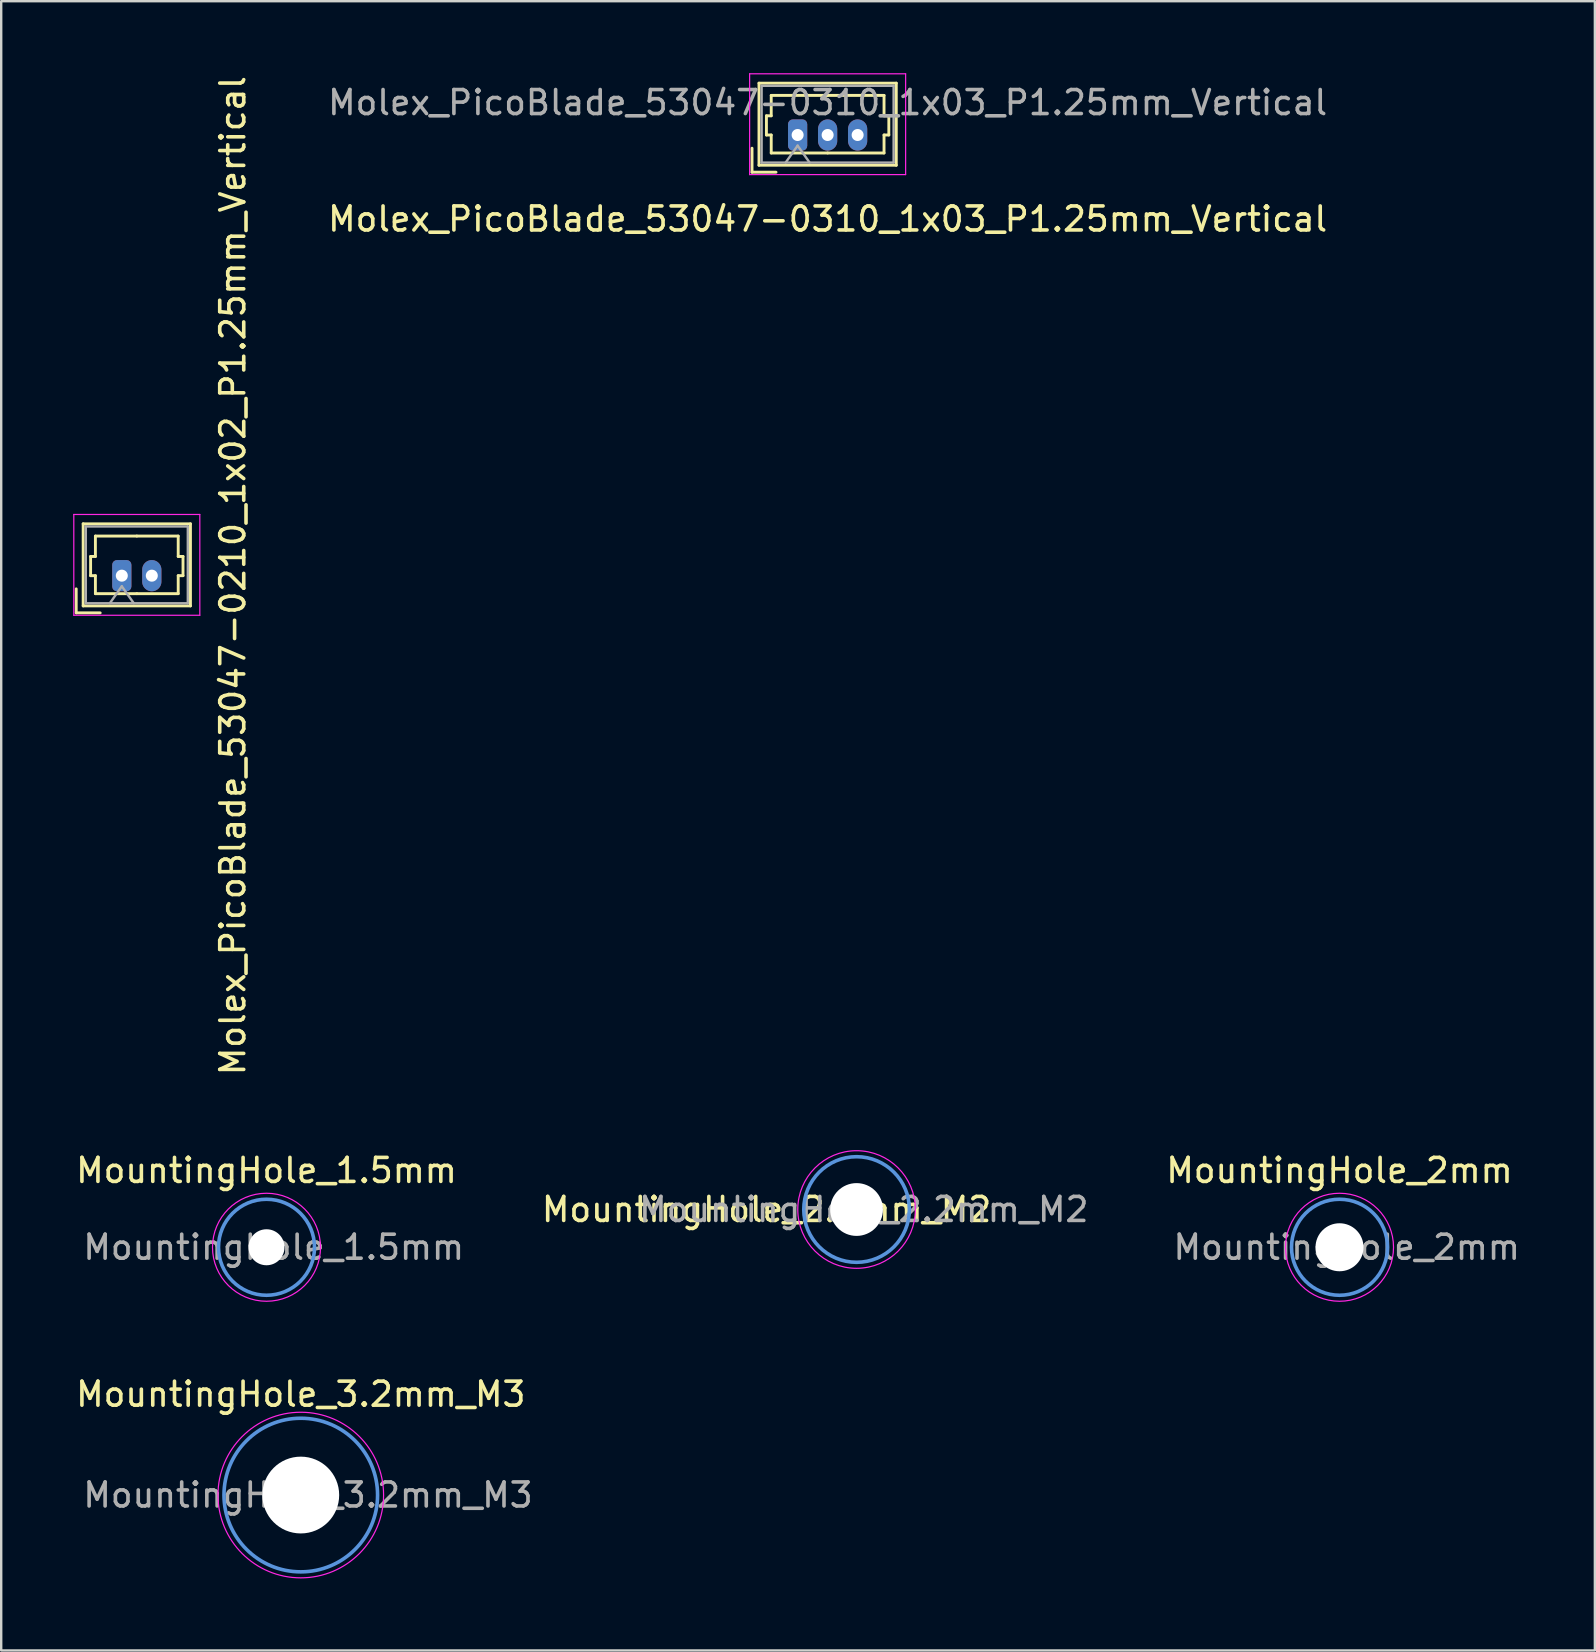
<source format=kicad_pcb>
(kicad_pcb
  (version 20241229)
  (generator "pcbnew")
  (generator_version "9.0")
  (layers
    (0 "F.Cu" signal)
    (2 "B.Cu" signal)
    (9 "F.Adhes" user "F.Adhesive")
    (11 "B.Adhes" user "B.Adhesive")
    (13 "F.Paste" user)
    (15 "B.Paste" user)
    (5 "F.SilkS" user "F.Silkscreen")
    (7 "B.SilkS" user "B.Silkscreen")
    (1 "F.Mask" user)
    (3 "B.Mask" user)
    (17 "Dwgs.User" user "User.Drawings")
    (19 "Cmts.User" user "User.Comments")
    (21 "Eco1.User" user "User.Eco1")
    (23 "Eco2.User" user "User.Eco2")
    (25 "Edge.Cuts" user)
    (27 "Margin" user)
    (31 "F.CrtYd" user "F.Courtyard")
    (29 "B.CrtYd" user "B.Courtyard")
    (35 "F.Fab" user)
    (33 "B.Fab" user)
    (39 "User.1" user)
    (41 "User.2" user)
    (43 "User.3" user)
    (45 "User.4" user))
  (footprint "Molex_PicoBlade_53047-0210_1x02_P1.25mm_Vertical"
    (layer "F.Cu")
    (at 2.65 20.935)
    (property "Reference" "Molex_PicoBlade_53047-0210_1x02_P1.25mm_Vertical" (at 4 0 270) (layer "F.SilkS") (effects (font (size 1 1) (thickness 0.15))))
    (attr through_hole)
    (fp_line (start -2.525 1.55) (end -2.525 0.55) (stroke (width 0.12) (type solid)) (layer "F.SilkS"))
    (fp_line (start -2.525 1.55) (end -1.525 1.55) (stroke (width 0.12) (type solid)) (layer "F.SilkS"))
    (fp_line (start -2.235 -2.16) (end -2.235 1.26) (stroke (width 0.12) (type solid)) (layer "F.SilkS"))
    (fp_line (start -2.235 1.26) (end 2.235 1.26) (stroke (width 0.12) (type solid)) (layer "F.SilkS"))
    (fp_line (start -1.925 -0.8) (end -1.725 -0.8) (stroke (width 0.12) (type solid)) (layer "F.SilkS"))
    (fp_line (start -1.925 0) (end -1.925 -0.8) (stroke (width 0.12) (type solid)) (layer "F.SilkS"))
    (fp_line (start -1.725 -1.65) (end 0 -1.65) (stroke (width 0.12) (type solid)) (layer "F.SilkS"))
    (fp_line (start -1.725 -0.8) (end -1.725 -1.65) (stroke (width 0.12) (type solid)) (layer "F.SilkS"))
    (fp_line (start -1.725 0) (end -1.925 0) (stroke (width 0.12) (type solid)) (layer "F.SilkS"))
    (fp_line (start -1.725 0.75) (end -1.725 0) (stroke (width 0.12) (type solid)) (layer "F.SilkS"))
    (fp_line (start 0 0.75) (end -1.725 0.75) (stroke (width 0.12) (type solid)) (layer "F.SilkS"))
    (fp_line (start 0 0.75) (end 1.725 0.75) (stroke (width 0.12) (type solid)) (layer "F.SilkS"))
    (fp_line (start 1.725 -1.65) (end 0 -1.65) (stroke (width 0.12) (type solid)) (layer "F.SilkS"))
    (fp_line (start 1.725 -0.8) (end 1.725 -1.65) (stroke (width 0.12) (type solid)) (layer "F.SilkS"))
    (fp_line (start 1.725 0) (end 1.925 0) (stroke (width 0.12) (type solid)) (layer "F.SilkS"))
    (fp_line (start 1.725 0.75) (end 1.725 0) (stroke (width 0.12) (type solid)) (layer "F.SilkS"))
    (fp_line (start 1.925 -0.8) (end 1.725 -0.8) (stroke (width 0.12) (type solid)) (layer "F.SilkS"))
    (fp_line (start 1.925 0) (end 1.925 -0.8) (stroke (width 0.12) (type solid)) (layer "F.SilkS"))
    (fp_line (start 2.235 -2.16) (end -2.235 -2.16) (stroke (width 0.12) (type solid)) (layer "F.SilkS"))
    (fp_line (start 2.235 1.26) (end 2.235 -2.16) (stroke (width 0.12) (type solid)) (layer "F.SilkS"))
    (fp_line (start -2.625 -2.55) (end -2.625 1.65) (stroke (width 0.05) (type solid)) (layer "F.CrtYd"))
    (fp_line (start -2.625 1.65) (end 2.625 1.65) (stroke (width 0.05) (type solid)) (layer "F.CrtYd"))
    (fp_line (start 2.625 -2.55) (end -2.625 -2.55) (stroke (width 0.05) (type solid)) (layer "F.CrtYd"))
    (fp_line (start 2.625 1.65) (end 2.625 -2.55) (stroke (width 0.05) (type solid)) (layer "F.CrtYd"))
    (fp_line (start -2.125 -2.05) (end -2.125 1.15) (stroke (width 0.1) (type solid)) (layer "F.Fab"))
    (fp_line (start -2.125 1.15) (end 2.125 1.15) (stroke (width 0.1) (type solid)) (layer "F.Fab"))
    (fp_line (start -1.125 1.15) (end -0.625 0.443) (stroke (width 0.1) (type solid)) (layer "F.Fab"))
    (fp_line (start -0.625 0.443) (end -0.125 1.15) (stroke (width 0.1) (type solid)) (layer "F.Fab"))
    (fp_line (start 2.125 -2.05) (end -2.125 -2.05) (stroke (width 0.1) (type solid)) (layer "F.Fab"))
    (fp_line (start 2.125 1.15) (end 2.125 -2.05) (stroke (width 0.1) (type solid)) (layer "F.Fab"))
    (pad "1" thru_hole roundrect (at -0.625 0) (size 0.8 1.3) (drill 0.5) (layers "*.Cu" "*.Mask") (roundrect_rratio 0.25))
    (pad "2" thru_hole oval (at 0.625 0) (size 0.8 1.3) (drill 0.5) (layers "*.Cu" "*.Mask")))
  (footprint "MountingHole_1.5mm"
    (layer "F.Cu")
    (at 8.054 48.917)
    (property "Reference" "MountingHole_1.5mm" (at 0 -3.2 0) (layer "F.SilkS") (effects (font (size 1 1) (thickness 0.15))))
    (attr exclude_from_pos_files exclude_from_bom)
    (fp_circle (center 0 0) (end 2 0) (stroke (width 0.15) (type solid)) (fill no) (layer "Cmts.User"))
    (fp_circle (center 0 0) (end 2.25 0) (stroke (width 0.05) (type solid)) (fill no) (layer "F.CrtYd"))
    (fp_text user "${REFERENCE}" (at 0.3 0 0) (layer "F.Fab") (effects (font (size 1 1) (thickness 0.15))))
    (pad "" np_thru_hole circle (at 0 0) (size 1.5 1.5) (drill 1.5) (layers "*.Cu" "*.Mask")))
  (footprint "MountingHole_2.2mm_M2"
    (layer "F.Cu")
    (at 32.639 47.344)
    (property "Reference" "MountingHole_2.2mm_M2" (at -3.75 0 0) (layer "F.SilkS") (effects (font (size 1 1) (thickness 0.15))))
    (attr exclude_from_pos_files exclude_from_bom)
    (fp_circle (center 0 0) (end 2.2 0) (stroke (width 0.15) (type solid)) (fill no) (layer "Cmts.User"))
    (fp_circle (center 0 0) (end 2.45 0) (stroke (width 0.05) (type solid)) (fill no) (layer "F.CrtYd"))
    (fp_text user "${REFERENCE}" (at 0.3 0 0) (layer "F.Fab") (effects (font (size 1 1) (thickness 0.15))))
    (pad "" np_thru_hole circle (at 0 0) (size 2.2 2.2) (drill 2.2) (layers "*.Cu" "*.Mask")))
  (footprint "MountingHole_3.2mm_M3"
    (layer "F.Cu")
    (at 9.482 59.241)
    (property "Reference" "MountingHole_3.2mm_M3" (at 0 -4.2 0) (layer "F.SilkS") (effects (font (size 1 1) (thickness 0.15))))
    (attr exclude_from_pos_files exclude_from_bom)
    (fp_circle (center 0 0) (end 3.2 0) (stroke (width 0.15) (type solid)) (fill no) (layer "Cmts.User"))
    (fp_circle (center 0 0) (end 3.45 0) (stroke (width 0.05) (type solid)) (fill no) (layer "F.CrtYd"))
    (fp_text user "${REFERENCE}" (at 0.3 0 0) (layer "F.Fab") (effects (font (size 1 1) (thickness 0.15))))
    (pad "" np_thru_hole circle (at 0 0) (size 3.2 3.2) (drill 3.2) (layers "*.Cu" "*.Mask")))
  (footprint "MountingHole_2mm"
    (layer "F.Cu")
    (at 52.761 48.917)
    (property "Reference" "MountingHole_2mm" (at 0 -3.2 0) (layer "F.SilkS") (effects (font (size 1 1) (thickness 0.15))))
    (attr exclude_from_pos_files exclude_from_bom)
    (fp_circle (center 0 0) (end 2 0) (stroke (width 0.15) (type solid)) (fill no) (layer "Cmts.User"))
    (fp_circle (center 0 0) (end 2.25 0) (stroke (width 0.05) (type solid)) (fill no) (layer "F.CrtYd"))
    (fp_text user "${REFERENCE}" (at 0.3 0 0) (layer "F.Fab") (effects (font (size 1 1) (thickness 0.15))))
    (pad "" np_thru_hole circle (at 0 0) (size 2 2) (drill 2) (layers "*.Cu" "*.Mask")))
  (footprint "Molex_PicoBlade_53047-0310_1x03_P1.25mm_Vertical"
    (layer "F.Cu")
    (at 31.433 2.575)
    (property "Reference" "Molex_PicoBlade_53047-0310_1x03_P1.25mm_Vertical" (at 0 3.5 0) (layer "F.SilkS") (effects (font (size 1 1) (thickness 0.15))))
    (attr through_hole)
    (fp_line (start -3.15 1.55) (end -3.15 0.55) (stroke (width 0.12) (type solid)) (layer "F.SilkS"))
    (fp_line (start -3.15 1.55) (end -2.15 1.55) (stroke (width 0.12) (type solid)) (layer "F.SilkS"))
    (fp_line (start -2.86 -2.16) (end -2.86 1.26) (stroke (width 0.12) (type solid)) (layer "F.SilkS"))
    (fp_line (start -2.86 1.26) (end 2.86 1.26) (stroke (width 0.12) (type solid)) (layer "F.SilkS"))
    (fp_line (start -2.55 -0.8) (end -2.35 -0.8) (stroke (width 0.12) (type solid)) (layer "F.SilkS"))
    (fp_line (start -2.55 0) (end -2.55 -0.8) (stroke (width 0.12) (type solid)) (layer "F.SilkS"))
    (fp_line (start -2.35 -1.65) (end 0 -1.65) (stroke (width 0.12) (type solid)) (layer "F.SilkS"))
    (fp_line (start -2.35 -0.8) (end -2.35 -1.65) (stroke (width 0.12) (type solid)) (layer "F.SilkS"))
    (fp_line (start -2.35 0) (end -2.55 0) (stroke (width 0.12) (type solid)) (layer "F.SilkS"))
    (fp_line (start -2.35 0.75) (end -2.35 0) (stroke (width 0.12) (type solid)) (layer "F.SilkS"))
    (fp_line (start 0 0.75) (end -2.35 0.75) (stroke (width 0.12) (type solid)) (layer "F.SilkS"))
    (fp_line (start 0 0.75) (end 2.35 0.75) (stroke (width 0.12) (type solid)) (layer "F.SilkS"))
    (fp_line (start 2.35 -1.65) (end 0 -1.65) (stroke (width 0.12) (type solid)) (layer "F.SilkS"))
    (fp_line (start 2.35 -0.8) (end 2.35 -1.65) (stroke (width 0.12) (type solid)) (layer "F.SilkS"))
    (fp_line (start 2.35 0) (end 2.55 0) (stroke (width 0.12) (type solid)) (layer "F.SilkS"))
    (fp_line (start 2.35 0.75) (end 2.35 0) (stroke (width 0.12) (type solid)) (layer "F.SilkS"))
    (fp_line (start 2.55 -0.8) (end 2.35 -0.8) (stroke (width 0.12) (type solid)) (layer "F.SilkS"))
    (fp_line (start 2.55 0) (end 2.55 -0.8) (stroke (width 0.12) (type solid)) (layer "F.SilkS"))
    (fp_line (start 2.86 -2.16) (end -2.86 -2.16) (stroke (width 0.12) (type solid)) (layer "F.SilkS"))
    (fp_line (start 2.86 1.26) (end 2.86 -2.16) (stroke (width 0.12) (type solid)) (layer "F.SilkS"))
    (fp_line (start -3.25 -2.55) (end -3.25 1.65) (stroke (width 0.05) (type solid)) (layer "F.CrtYd"))
    (fp_line (start -3.25 1.65) (end 3.25 1.65) (stroke (width 0.05) (type solid)) (layer "F.CrtYd"))
    (fp_line (start 3.25 -2.55) (end -3.25 -2.55) (stroke (width 0.05) (type solid)) (layer "F.CrtYd"))
    (fp_line (start 3.25 1.65) (end 3.25 -2.55) (stroke (width 0.05) (type solid)) (layer "F.CrtYd"))
    (fp_line (start -2.75 -2.05) (end -2.75 1.15) (stroke (width 0.1) (type solid)) (layer "F.Fab"))
    (fp_line (start -2.75 1.15) (end 2.75 1.15) (stroke (width 0.1) (type solid)) (layer "F.Fab"))
    (fp_line (start -1.75 1.15) (end -1.25 0.443) (stroke (width 0.1) (type solid)) (layer "F.Fab"))
    (fp_line (start -1.25 0.443) (end -0.75 1.15) (stroke (width 0.1) (type solid)) (layer "F.Fab"))
    (fp_line (start 2.75 -2.05) (end -2.75 -2.05) (stroke (width 0.1) (type solid)) (layer "F.Fab"))
    (fp_line (start 2.75 1.15) (end 2.75 -2.05) (stroke (width 0.1) (type solid)) (layer "F.Fab"))
    (fp_text user "Copyright 2016 Accelerated Designs. All rights reserved." (at -1.25 0 0) (layer "Cmts.User") (effects (font (size 0.127 0.127) (thickness 0.002))))
    (fp_text user "${REFERENCE}" (at 0 -1.35 0) (layer "F.Fab") (effects (font (size 1 1) (thickness 0.15))))
    (pad "1" thru_hole roundrect (at -1.25 0) (size 0.8 1.3) (drill 0.5) (layers "*.Cu" "*.Mask") (roundrect_rratio 0.25))
    (pad "2" thru_hole oval (at 0 0) (size 0.8 1.3) (drill 0.5) (layers "*.Cu" "*.Mask"))
    (pad "3" thru_hole oval (at 1.25 0) (size 0.8 1.3) (drill 0.5) (layers "*.Cu" "*.Mask")))
  (gr_rect
    (start -3 -3)
    (end 63.4 65.716)
    (stroke (width 0.1) (type default))
    (fill no)
    (layer "Edge.Cuts")))
</source>
